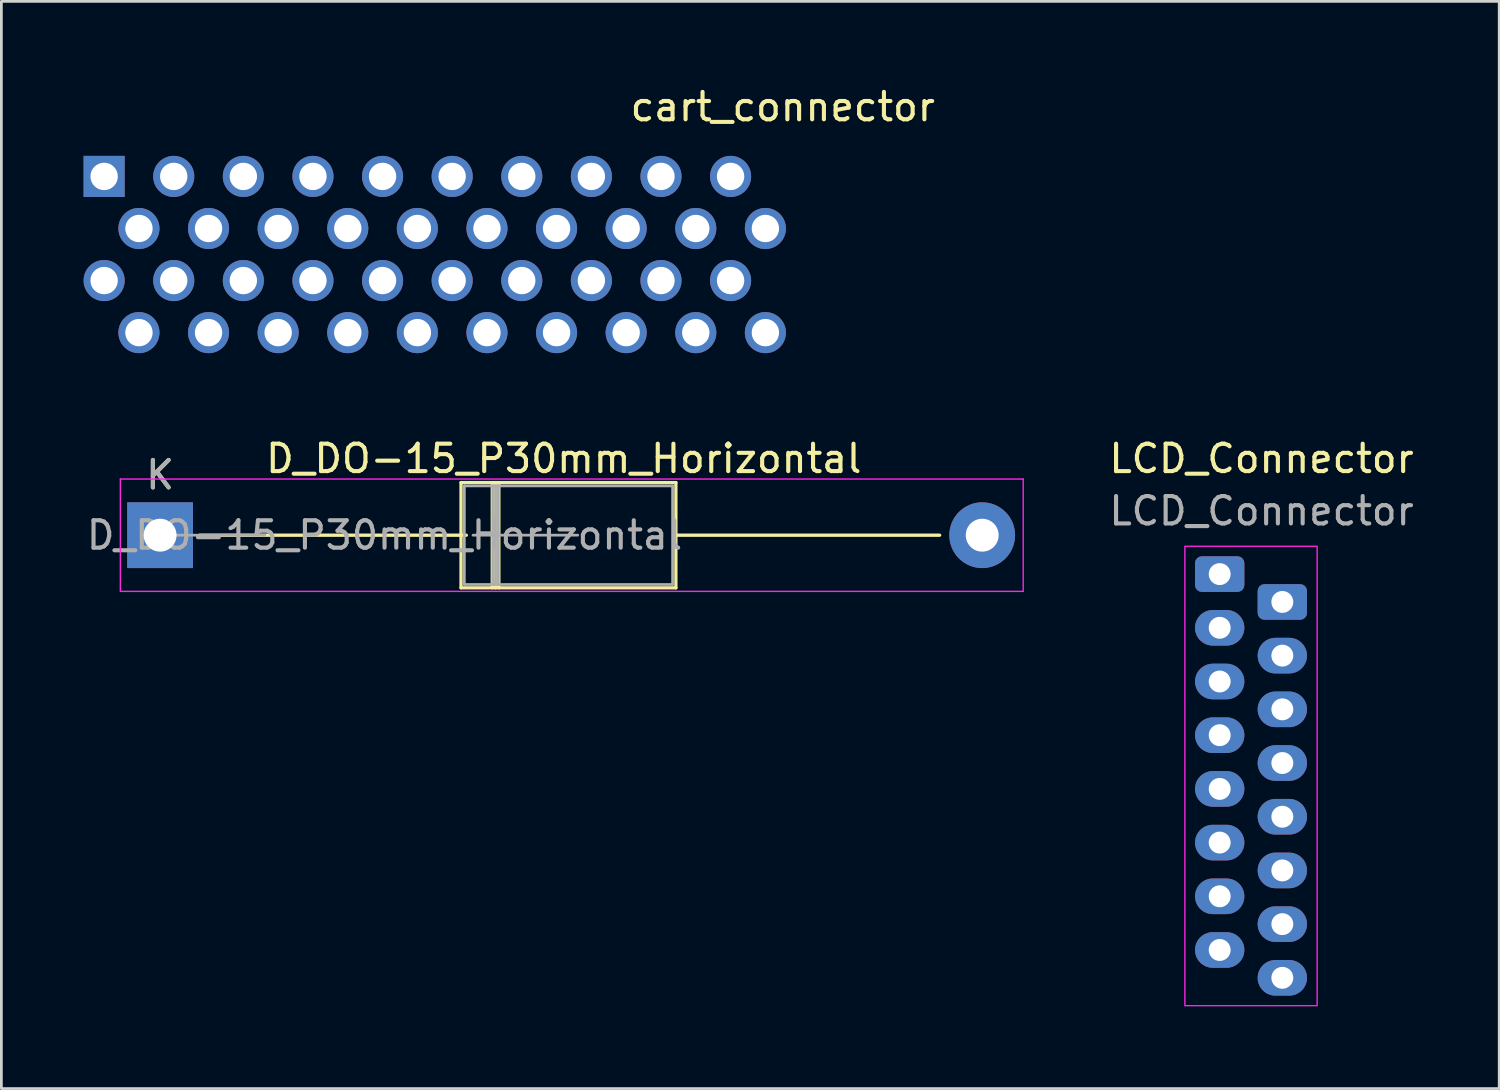
<source format=kicad_pcb>
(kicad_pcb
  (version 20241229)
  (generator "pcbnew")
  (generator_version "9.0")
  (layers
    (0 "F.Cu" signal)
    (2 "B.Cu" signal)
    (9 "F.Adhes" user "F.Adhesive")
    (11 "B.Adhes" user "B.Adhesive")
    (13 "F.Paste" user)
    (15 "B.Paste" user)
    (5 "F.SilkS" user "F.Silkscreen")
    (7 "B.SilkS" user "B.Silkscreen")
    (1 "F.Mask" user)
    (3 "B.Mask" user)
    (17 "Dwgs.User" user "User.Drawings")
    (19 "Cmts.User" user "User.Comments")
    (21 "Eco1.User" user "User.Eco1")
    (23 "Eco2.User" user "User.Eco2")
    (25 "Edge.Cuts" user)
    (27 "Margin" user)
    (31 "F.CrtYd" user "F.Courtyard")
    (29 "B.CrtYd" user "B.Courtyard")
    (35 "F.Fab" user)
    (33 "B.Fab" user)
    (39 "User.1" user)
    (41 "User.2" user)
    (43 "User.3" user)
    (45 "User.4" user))
  (footprint "cart_connector"
    (layer "F.Cu")
    (at 0.75 3.388)
    (property "Reference" "cart_connector" (at 24.765 -2.54 0) (layer "F.SilkS") (effects (font (size 1 1) (thickness 0.15))))
    (attr through_hole)
    (pad "1" thru_hole rect (at 0 0) (size 1.5 1.5) (drill 1) (layers "*.Cu" "*.Mask"))
    (pad "2" thru_hole circle (at 0 3.8) (size 1.5 1.5) (drill 1) (layers "*.Cu" "*.Mask"))
    (pad "3" thru_hole circle (at 1.27 1.9) (size 1.5 1.5) (drill 1) (layers "*.Cu" "*.Mask"))
    (pad "4" thru_hole circle (at 1.27 5.7) (size 1.5 1.5) (drill 1) (layers "*.Cu" "*.Mask"))
    (pad "5" thru_hole circle (at 2.54 0) (size 1.5 1.5) (drill 1) (layers "*.Cu" "*.Mask"))
    (pad "6" thru_hole circle (at 2.54 3.8) (size 1.5 1.5) (drill 1) (layers "*.Cu" "*.Mask"))
    (pad "7" thru_hole circle (at 3.81 1.9) (size 1.5 1.5) (drill 1) (layers "*.Cu" "*.Mask"))
    (pad "8" thru_hole circle (at 3.81 5.7) (size 1.5 1.5) (drill 1) (layers "*.Cu" "*.Mask"))
    (pad "9" thru_hole circle (at 5.08 0) (size 1.5 1.5) (drill 1) (layers "*.Cu" "*.Mask"))
    (pad "10" thru_hole circle (at 5.08 3.8) (size 1.5 1.5) (drill 1) (layers "*.Cu" "*.Mask"))
    (pad "11" thru_hole circle (at 6.35 1.9) (size 1.5 1.5) (drill 1) (layers "*.Cu" "*.Mask"))
    (pad "12" thru_hole circle (at 6.35 5.7) (size 1.5 1.5) (drill 1) (layers "*.Cu" "*.Mask"))
    (pad "13" thru_hole circle (at 7.62 0) (size 1.5 1.5) (drill 1) (layers "*.Cu" "*.Mask"))
    (pad "14" thru_hole circle (at 7.62 3.8) (size 1.5 1.5) (drill 1) (layers "*.Cu" "*.Mask"))
    (pad "15" thru_hole circle (at 8.89 1.9) (size 1.5 1.5) (drill 1) (layers "*.Cu" "*.Mask"))
    (pad "16" thru_hole circle (at 8.89 5.7) (size 1.5 1.5) (drill 1) (layers "*.Cu" "*.Mask"))
    (pad "17" thru_hole circle (at 10.16 0) (size 1.5 1.5) (drill 1) (layers "*.Cu" "*.Mask"))
    (pad "18" thru_hole circle (at 10.16 3.8) (size 1.5 1.5) (drill 1) (layers "*.Cu" "*.Mask"))
    (pad "19" thru_hole circle (at 11.43 1.9) (size 1.5 1.5) (drill 1) (layers "*.Cu" "*.Mask"))
    (pad "20" thru_hole circle (at 11.43 5.7) (size 1.5 1.5) (drill 1) (layers "*.Cu" "*.Mask"))
    (pad "21" thru_hole circle (at 12.7 0) (size 1.5 1.5) (drill 1) (layers "*.Cu" "*.Mask"))
    (pad "22" thru_hole circle (at 12.7 3.8) (size 1.5 1.5) (drill 1) (layers "*.Cu" "*.Mask"))
    (pad "23" thru_hole circle (at 13.97 1.9) (size 1.5 1.5) (drill 1) (layers "*.Cu" "*.Mask"))
    (pad "24" thru_hole circle (at 13.97 5.7) (size 1.5 1.5) (drill 1) (layers "*.Cu" "*.Mask"))
    (pad "25" thru_hole circle (at 15.24 0) (size 1.5 1.5) (drill 1) (layers "*.Cu" "*.Mask"))
    (pad "26" thru_hole circle (at 15.24 3.8) (size 1.5 1.5) (drill 1) (layers "*.Cu" "*.Mask"))
    (pad "27" thru_hole circle (at 16.51 1.9) (size 1.5 1.5) (drill 1) (layers "*.Cu" "*.Mask"))
    (pad "28" thru_hole circle (at 16.51 5.7) (size 1.5 1.5) (drill 1) (layers "*.Cu" "*.Mask"))
    (pad "29" thru_hole circle (at 17.78 0) (size 1.5 1.5) (drill 1) (layers "*.Cu" "*.Mask"))
    (pad "30" thru_hole circle (at 17.78 3.8) (size 1.5 1.5) (drill 1) (layers "*.Cu" "*.Mask"))
    (pad "31" thru_hole circle (at 19.05 1.9) (size 1.5 1.5) (drill 1) (layers "*.Cu" "*.Mask"))
    (pad "32" thru_hole circle (at 19.05 5.7) (size 1.5 1.5) (drill 1) (layers "*.Cu" "*.Mask"))
    (pad "33" thru_hole circle (at 20.32 0) (size 1.5 1.5) (drill 1) (layers "*.Cu" "*.Mask"))
    (pad "34" thru_hole circle (at 20.32 3.8) (size 1.5 1.5) (drill 1) (layers "*.Cu" "*.Mask"))
    (pad "35" thru_hole circle (at 21.59 1.9) (size 1.5 1.5) (drill 1) (layers "*.Cu" "*.Mask"))
    (pad "36" thru_hole circle (at 21.59 5.7) (size 1.5 1.5) (drill 1) (layers "*.Cu" "*.Mask"))
    (pad "37" thru_hole circle (at 22.86 0) (size 1.5 1.5) (drill 1) (layers "*.Cu" "*.Mask"))
    (pad "38" thru_hole circle (at 22.86 3.8) (size 1.5 1.5) (drill 1) (layers "*.Cu" "*.Mask"))
    (pad "39" thru_hole circle (at 24.13 1.9) (size 1.5 1.5) (drill 1) (layers "*.Cu" "*.Mask"))
    (pad "40" thru_hole circle (at 24.13 5.7) (size 1.5 1.5) (drill 1) (layers "*.Cu" "*.Mask")))
  (footprint "D_DO-15_P30mm_Horizontal"
    (layer "F.Cu")
    (at 2.792 16.48)
    (property "Reference" "D_DO-15_P30mm_Horizontal" (at 14.732 -2.794 0) (layer "F.SilkS") (effects (font (size 1 1) (thickness 0.15))))
    (attr through_hole)
    (fp_line (start 1.44 0) (end 11.176 0) (stroke (width 0.12) (type solid)) (layer "F.SilkS"))
    (fp_line (start 10.982 -1.92) (end 10.982 1.92) (stroke (width 0.12) (type solid)) (layer "F.SilkS"))
    (fp_line (start 10.982 1.92) (end 18.822 1.92) (stroke (width 0.12) (type solid)) (layer "F.SilkS"))
    (fp_line (start 12.122 -1.92) (end 12.122 1.92) (stroke (width 0.12) (type solid)) (layer "F.SilkS"))
    (fp_line (start 12.242 -1.92) (end 12.242 1.92) (stroke (width 0.12) (type solid)) (layer "F.SilkS"))
    (fp_line (start 12.362 -1.92) (end 12.362 1.92) (stroke (width 0.12) (type solid)) (layer "F.SilkS"))
    (fp_line (start 18.822 -1.92) (end 10.982 -1.92) (stroke (width 0.12) (type solid)) (layer "F.SilkS"))
    (fp_line (start 18.822 1.92) (end 18.822 -1.92) (stroke (width 0.12) (type solid)) (layer "F.SilkS"))
    (fp_line (start 28.448 0) (end 18.822 0) (stroke (width 0.12) (type solid)) (layer "F.SilkS"))
    (fp_line (start -1.45 -2.05) (end -1.45 2.05) (stroke (width 0.05) (type solid)) (layer "F.CrtYd"))
    (fp_line (start -1.45 2.05) (end 31.496 2.05) (stroke (width 0.05) (type solid)) (layer "F.CrtYd"))
    (fp_line (start 31.496 -2.05) (end -1.45 -2.05) (stroke (width 0.05) (type solid)) (layer "F.CrtYd"))
    (fp_line (start 31.496 2.05) (end 31.496 -2.05) (stroke (width 0.05) (type solid)) (layer "F.CrtYd"))
    (fp_line (start 0 0) (end 3.82 0) (stroke (width 0.1) (type solid)) (layer "F.Fab"))
    (fp_line (start 11.102 -1.8) (end 11.102 1.8) (stroke (width 0.1) (type solid)) (layer "F.Fab"))
    (fp_line (start 11.102 1.8) (end 18.702 1.8) (stroke (width 0.1) (type solid)) (layer "F.Fab"))
    (fp_line (start 12.142 -1.8) (end 12.142 1.8) (stroke (width 0.1) (type solid)) (layer "F.Fab"))
    (fp_line (start 12.242 -1.8) (end 12.242 1.8) (stroke (width 0.1) (type solid)) (layer "F.Fab"))
    (fp_line (start 12.342 -1.8) (end 12.342 1.8) (stroke (width 0.1) (type solid)) (layer "F.Fab"))
    (fp_line (start 15.24 0) (end 11.42 0) (stroke (width 0.1) (type solid)) (layer "F.Fab"))
    (fp_line (start 18.702 -1.8) (end 11.102 -1.8) (stroke (width 0.1) (type solid)) (layer "F.Fab"))
    (fp_line (start 18.702 1.8) (end 18.702 -1.8) (stroke (width 0.1) (type solid)) (layer "F.Fab"))
    (fp_text user "K" (at 0 -2.2 0) (layer "F.SilkS") (effects (font (size 1 1) (thickness 0.15))))
    (fp_text user "K" (at 0 -2.2 0) (layer "F.Fab") (effects (font (size 1 1) (thickness 0.15))))
    (fp_text user "${REFERENCE}" (at 8.19 0 0) (layer "F.Fab") (effects (font (size 1 1) (thickness 0.15))))
    (pad "1" thru_hole rect (at 0 0) (size 2.4 2.4) (drill 1.2) (layers "*.Cu" "*.Mask"))
    (pad "2" thru_hole oval (at 30 0) (size 2.4 2.4) (drill 1.2) (layers "*.Cu" "*.Mask")))
  (footprint "LCD_Connector"
    (layer "F.Cu")
    (at 41.966 17.646)
    (property "Reference" "LCD_Connector" (at 1.02 -3.96 180) (layer "F.SilkS") (effects (font (size 1 1) (thickness 0.15))))
    (attr through_hole)
    (fp_rect (start -1.778 -0.762) (end 3.048 16.002) (stroke (width 0.05) (type default)) (fill no) (layer "F.CrtYd"))
    (fp_text user "${REFERENCE}" (at 1.02 -2.05 180) (layer "F.Fab") (effects (font (size 1 1) (thickness 0.15))))
    (pad "1" thru_hole roundrect (at -0.508 0.254) (size 1.8 1.3) (drill 0.8) (layers "*.Cu" "*.Mask") (roundrect_rratio 0.192))
    (pad "2" thru_hole roundrect (at 1.778 1.27) (size 1.8 1.3) (drill 0.8) (layers "*.Cu" "*.Mask") (roundrect_rratio 0.192))
    (pad "3" thru_hole oval (at -0.508 2.213) (size 1.8 1.3) (drill 0.8) (layers "*.Cu" "*.Mask"))
    (pad "4" thru_hole oval (at 1.778 3.229) (size 1.8 1.3) (drill 0.8) (layers "*.Cu" "*.Mask"))
    (pad "5" thru_hole oval (at -0.508 4.173) (size 1.8 1.3) (drill 0.8) (layers "*.Cu" "*.Mask"))
    (pad "6" thru_hole oval (at 1.778 5.189) (size 1.8 1.3) (drill 0.8) (layers "*.Cu" "*.Mask"))
    (pad "7" thru_hole oval (at -0.508 6.132) (size 1.8 1.3) (drill 0.8) (layers "*.Cu" "*.Mask"))
    (pad "8" thru_hole oval (at 1.778 7.148) (size 1.8 1.3) (drill 0.8) (layers "*.Cu" "*.Mask"))
    (pad "9" thru_hole oval (at -0.508 8.092) (size 1.8 1.3) (drill 0.8) (layers "*.Cu" "*.Mask"))
    (pad "10" thru_hole oval (at 1.778 9.108) (size 1.8 1.3) (drill 0.8) (layers "*.Cu" "*.Mask"))
    (pad "11" thru_hole oval (at -0.508 10.051) (size 1.8 1.3) (drill 0.8) (layers "*.Cu" "*.Mask"))
    (pad "12" thru_hole oval (at 1.778 11.067) (size 1.8 1.3) (drill 0.8) (layers "*.Cu" "*.Mask"))
    (pad "13" thru_hole oval (at -0.508 12.011) (size 1.8 1.3) (drill 0.8) (layers "*.Cu" "*.Mask"))
    (pad "14" thru_hole oval (at 1.778 13.027) (size 1.8 1.3) (drill 0.8) (layers "*.Cu" "*.Mask"))
    (pad "15" thru_hole oval (at -0.508 13.97) (size 1.8 1.3) (drill 0.8) (layers "*.Cu" "*.Mask"))
    (pad "16" thru_hole oval (at 1.778 14.986) (size 1.8 1.3) (drill 0.8) (layers "*.Cu" "*.Mask")))
  (gr_rect
    (start -3 -3)
    (end 51.658 36.673)
    (stroke (width 0.1) (type default))
    (fill no)
    (layer "Edge.Cuts")))
</source>
